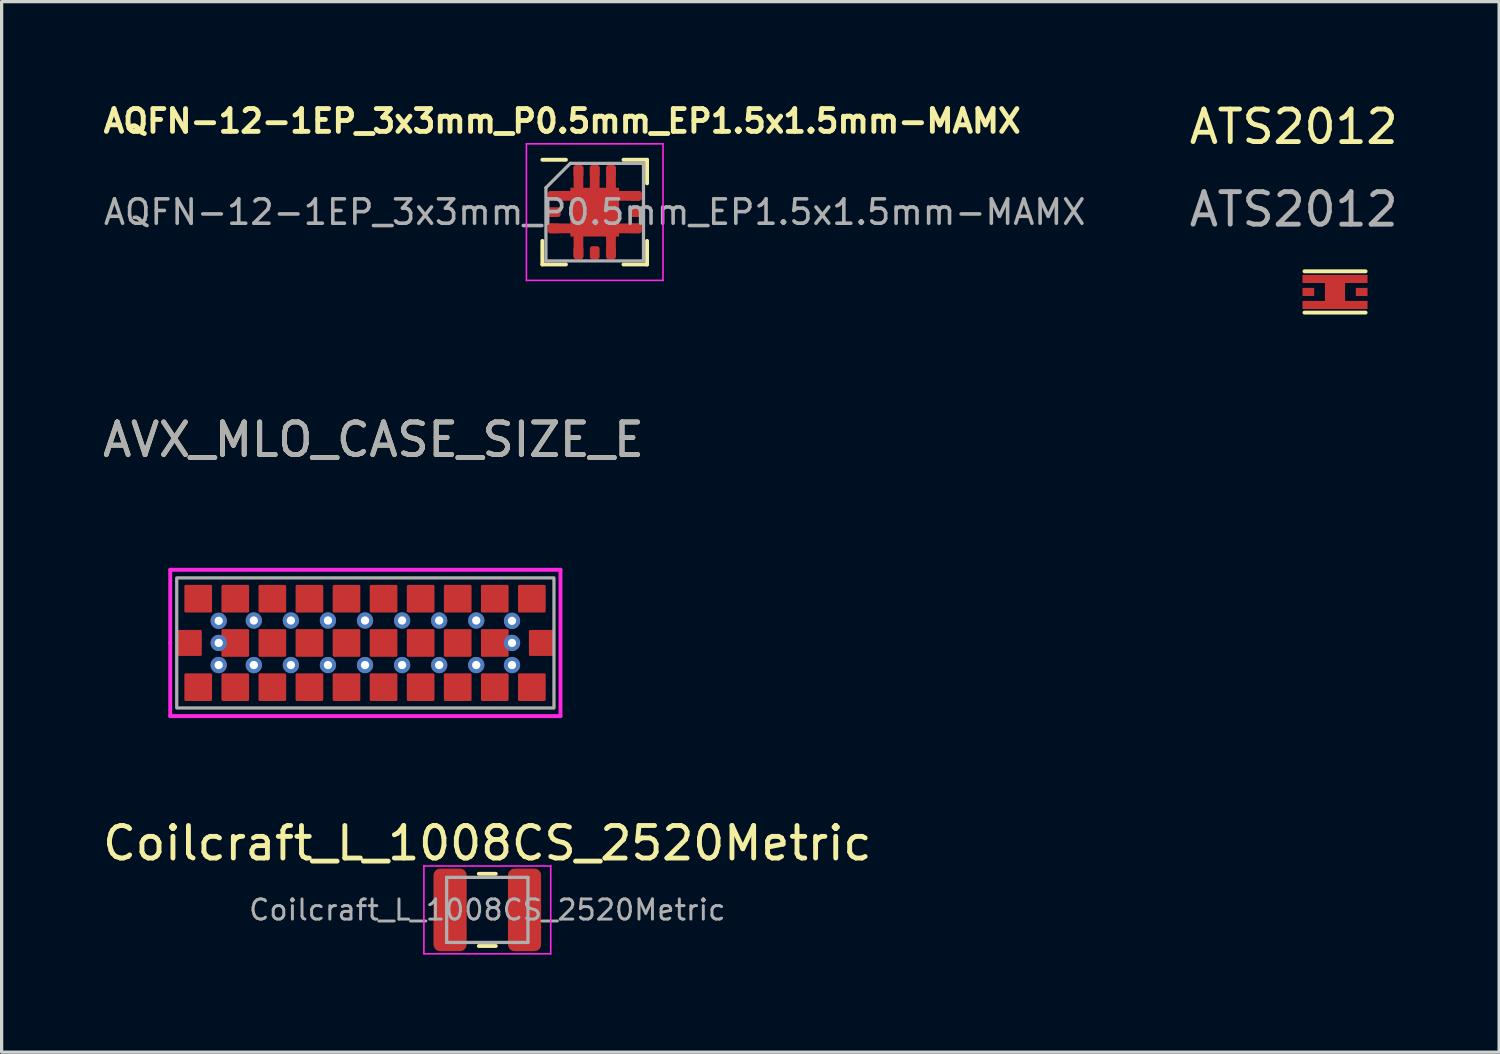
<source format=kicad_pcb>
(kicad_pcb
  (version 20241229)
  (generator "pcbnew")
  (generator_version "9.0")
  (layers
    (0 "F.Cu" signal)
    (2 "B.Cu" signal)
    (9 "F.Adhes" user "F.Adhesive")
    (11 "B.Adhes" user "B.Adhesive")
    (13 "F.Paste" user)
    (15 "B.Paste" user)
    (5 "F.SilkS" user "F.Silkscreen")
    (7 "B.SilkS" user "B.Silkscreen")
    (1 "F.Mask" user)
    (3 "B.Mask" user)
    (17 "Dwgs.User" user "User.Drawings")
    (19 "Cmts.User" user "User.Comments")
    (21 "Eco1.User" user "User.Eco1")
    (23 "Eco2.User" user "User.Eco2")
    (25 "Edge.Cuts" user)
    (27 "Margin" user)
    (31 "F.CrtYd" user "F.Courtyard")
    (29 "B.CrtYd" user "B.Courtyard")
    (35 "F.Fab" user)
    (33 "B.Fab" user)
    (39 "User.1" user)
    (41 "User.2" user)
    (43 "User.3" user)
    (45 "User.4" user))
  (footprint "AVX_MLO_CASE_SIZE_E"
    (layer "F.Cu")
    (at 8.185 16.721)
    (property "Reference" "AVX_MLO_CASE_SIZE_E" (at 0.25 -6.25 0) (unlocked yes) (layer "F.SilkS") (effects (font (size 1 1) (thickness 0.15))))
    (attr smd)
    (fp_line (start -6 -2.25) (end 6 -2.25) (stroke (width 0.12) (type solid)) (layer "F.CrtYd"))
    (fp_line (start -6 0) (end -6 -2.25) (stroke (width 0.12) (type solid)) (layer "F.CrtYd"))
    (fp_line (start -6 2.25) (end -6 0) (stroke (width 0.12) (type solid)) (layer "F.CrtYd"))
    (fp_line (start 6 -2.25) (end 6 2.25) (stroke (width 0.12) (type solid)) (layer "F.CrtYd"))
    (fp_line (start 6 2.25) (end -6 2.25) (stroke (width 0.12) (type solid)) (layer "F.CrtYd"))
    (fp_rect (start -5.8 -2) (end 5.8 2) (stroke (width 0.1) (type solid)) (fill no) (layer "F.Fab"))
    (fp_text user "${REFERENCE}" (at 0.25 -6.25 0) (unlocked yes) (layer "F.Fab") (effects (font (size 1 1) (thickness 0.15))))
    (pad "1" smd roundrect (at -5.429 0) (size 0.8 0.8) (layers "F.Cu" "F.Mask" "F.Paste") (roundrect_rratio 0.05))
    (pad "2" smd roundrect (at 5.429 0) (size 0.8 0.8) (layers "F.Cu" "F.Mask" "F.Paste") (roundrect_rratio 0.05))
    (pad "3" smd roundrect (at -5.14 -1.36) (size 0.851 0.851) (layers "F.Cu" "F.Mask" "F.Paste") (roundrect_rratio 0.05))
    (pad "3" smd roundrect (at -5.14 1.36) (size 0.851 0.851) (layers "F.Cu" "F.Mask" "F.Paste") (roundrect_rratio 0.05))
    (pad "3" thru_hole circle (at -4.51 -0.68) (size 0.5 0.5) (drill 0.254) (layers "*.Cu"))
    (pad "3" thru_hole circle (at -4.51 0) (size 0.5 0.5) (drill 0.254) (layers "*.Cu"))
    (pad "3" thru_hole circle (at -4.51 0.68) (size 0.5 0.5) (drill 0.254) (layers "*.Cu"))
    (pad "3" smd roundrect (at -4 -1.36) (size 0.851 0.851) (layers "F.Cu" "F.Mask" "F.Paste") (roundrect_rratio 0.05))
    (pad "3" smd roundrect (at -4 0) (size 0.851 0.851) (layers "F.Cu" "F.Mask" "F.Paste") (roundrect_rratio 0.05))
    (pad "3" smd roundrect (at -4 1.36) (size 0.851 0.851) (layers "F.Cu" "F.Mask" "F.Paste") (roundrect_rratio 0.05))
    (pad "3" thru_hole circle (at -3.43 -0.69) (size 0.5 0.5) (drill 0.254) (layers "*.Cu"))
    (pad "3" thru_hole circle (at -3.43 0.68) (size 0.5 0.5) (drill 0.254) (layers "*.Cu"))
    (pad "3" smd roundrect (at -2.86 -1.36) (size 0.851 0.851) (layers "F.Cu" "F.Mask" "F.Paste") (roundrect_rratio 0.05))
    (pad "3" smd roundrect (at -2.86 0) (size 0.851 0.851) (layers "F.Cu" "F.Mask" "F.Paste") (roundrect_rratio 0.05))
    (pad "3" smd roundrect (at -2.86 1.36) (size 0.851 0.851) (layers "F.Cu" "F.Mask" "F.Paste") (roundrect_rratio 0.05))
    (pad "3" thru_hole circle (at -2.29 -0.69) (size 0.5 0.5) (drill 0.254) (layers "*.Cu"))
    (pad "3" thru_hole circle (at -2.29 0.68) (size 0.5 0.5) (drill 0.254) (layers "*.Cu"))
    (pad "3" smd roundrect (at -1.72 -1.36) (size 0.851 0.851) (layers "F.Cu" "F.Mask" "F.Paste") (roundrect_rratio 0.05))
    (pad "3" smd roundrect (at -1.72 0) (size 0.851 0.851) (layers "F.Cu" "F.Mask" "F.Paste") (roundrect_rratio 0.05))
    (pad "3" smd roundrect (at -1.72 1.36) (size 0.851 0.851) (layers "F.Cu" "F.Mask" "F.Paste") (roundrect_rratio 0.05))
    (pad "3" thru_hole circle (at -1.15 -0.69) (size 0.5 0.5) (drill 0.254) (layers "*.Cu"))
    (pad "3" thru_hole circle (at -1.15 0.68) (size 0.5 0.5) (drill 0.254) (layers "*.Cu"))
    (pad "3" smd roundrect (at -0.58 -1.36) (size 0.851 0.851) (layers "F.Cu" "F.Mask" "F.Paste") (roundrect_rratio 0.05))
    (pad "3" smd roundrect (at -0.58 0) (size 0.851 0.851) (layers "F.Cu" "F.Mask" "F.Paste") (roundrect_rratio 0.05))
    (pad "3" smd roundrect (at -0.58 1.36) (size 0.851 0.851) (layers "F.Cu" "F.Mask" "F.Paste") (roundrect_rratio 0.05))
    (pad "3" thru_hole circle (at -0.01 -0.69) (size 0.5 0.5) (drill 0.254) (layers "*.Cu"))
    (pad "3" thru_hole circle (at -0.01 0.68) (size 0.5 0.5) (drill 0.254) (layers "*.Cu"))
    (pad "3" smd roundrect (at 0.56 -1.36) (size 0.851 0.851) (layers "F.Cu" "F.Mask" "F.Paste") (roundrect_rratio 0.05))
    (pad "3" smd roundrect (at 0.56 0) (size 0.851 0.851) (layers "F.Cu" "F.Mask" "F.Paste") (roundrect_rratio 0.05))
    (pad "3" smd roundrect (at 0.56 1.36) (size 0.851 0.851) (layers "F.Cu" "F.Mask" "F.Paste") (roundrect_rratio 0.05))
    (pad "3" thru_hole circle (at 1.13 -0.69) (size 0.5 0.5) (drill 0.254) (layers "*.Cu"))
    (pad "3" thru_hole circle (at 1.13 0.68) (size 0.5 0.5) (drill 0.254) (layers "*.Cu"))
    (pad "3" smd roundrect (at 1.7 -1.36) (size 0.851 0.851) (layers "F.Cu" "F.Mask" "F.Paste") (roundrect_rratio 0.05))
    (pad "3" smd roundrect (at 1.7 0) (size 0.851 0.851) (layers "F.Cu" "F.Mask" "F.Paste") (roundrect_rratio 0.05))
    (pad "3" smd roundrect (at 1.7 1.36) (size 0.851 0.851) (layers "F.Cu" "F.Mask" "F.Paste") (roundrect_rratio 0.05))
    (pad "3" thru_hole circle (at 2.27 -0.69) (size 0.5 0.5) (drill 0.254) (layers "*.Cu"))
    (pad "3" thru_hole circle (at 2.27 0.68) (size 0.5 0.5) (drill 0.254) (layers "*.Cu"))
    (pad "3" smd roundrect (at 2.84 -1.36) (size 0.851 0.851) (layers "F.Cu" "F.Mask" "F.Paste") (roundrect_rratio 0.05))
    (pad "3" smd roundrect (at 2.84 0) (size 0.851 0.851) (layers "F.Cu" "F.Mask" "F.Paste") (roundrect_rratio 0.05))
    (pad "3" smd roundrect (at 2.84 1.36) (size 0.851 0.851) (layers "F.Cu" "F.Mask" "F.Paste") (roundrect_rratio 0.05))
    (pad "3" thru_hole circle (at 3.41 -0.69) (size 0.5 0.5) (drill 0.254) (layers "*.Cu"))
    (pad "3" thru_hole circle (at 3.41 0.68) (size 0.5 0.5) (drill 0.254) (layers "*.Cu"))
    (pad "3" smd roundrect (at 3.98 -1.36) (size 0.851 0.851) (layers "F.Cu" "F.Mask" "F.Paste") (roundrect_rratio 0.05))
    (pad "3" smd roundrect (at 3.98 0) (size 0.851 0.851) (layers "F.Cu" "F.Mask" "F.Paste") (roundrect_rratio 0.05))
    (pad "3" smd roundrect (at 3.98 1.36) (size 0.851 0.851) (layers "F.Cu" "F.Mask" "F.Paste") (roundrect_rratio 0.05))
    (pad "3" thru_hole circle (at 4.51 -0.68) (size 0.5 0.5) (drill 0.254) (layers "*.Cu"))
    (pad "3" thru_hole circle (at 4.51 0) (size 0.5 0.5) (drill 0.254) (layers "*.Cu"))
    (pad "3" thru_hole circle (at 4.51 0.68) (size 0.5 0.5) (drill 0.254) (layers "*.Cu"))
    (pad "3" smd roundrect (at 5.12 -1.36) (size 0.851 0.851) (layers "F.Cu" "F.Mask" "F.Paste") (roundrect_rratio 0.05))
    (pad "3" smd roundrect (at 5.12 1.36) (size 0.851 0.851) (layers "F.Cu" "F.Mask" "F.Paste") (roundrect_rratio 0.05))
    (zone (net_name "") (layer "F.Cu") (hatch edge 0.508) (connect_pads) (min_thickness 0.254) (filled_areas_thickness no) (keepout (tracks allowed) (vias allowed) (pads allowed) (copperpour not_allowed) (footprints allowed)) (placement (enabled no)) (fill) (polygon (pts (xy 3.425 17.392) (xy 2.175 17.392) (xy 2.175 16.052) (xy 3.425 16.052))))
    (zone (net_name "") (layer "F.Cu") (hatch edge 0.508) (connect_pads) (min_thickness 0.254) (filled_areas_thickness no) (keepout (tracks allowed) (vias allowed) (pads allowed) (copperpour not_allowed) (footprints allowed)) (placement (enabled no)) (fill) (polygon (pts (xy 14.185 17.392) (xy 12.945 17.392) (xy 12.945 16.052) (xy 14.185 16.052)))))
  (footprint "Coilcraft_L_1008CS_2520Metric"
    (layer "F.Cu")
    (at 11.935 24.93)
    (property "Reference" "Coilcraft_L_1008CS_2520Metric" (at 0 -2.05 0) (layer "F.SilkS") (effects (font (size 1 1) (thickness 0.15))))
    (attr smd)
    (fp_line (start -0.261 -1.11) (end 0.261 -1.11) (stroke (width 0.12) (type solid)) (layer "F.SilkS"))
    (fp_line (start -0.261 1.11) (end 0.261 1.11) (stroke (width 0.12) (type solid)) (layer "F.SilkS"))
    (fp_line (start -1.95 -1.35) (end 1.95 -1.35) (stroke (width 0.05) (type solid)) (layer "F.CrtYd"))
    (fp_line (start -1.95 1.35) (end -1.95 -1.35) (stroke (width 0.05) (type solid)) (layer "F.CrtYd"))
    (fp_line (start 1.95 -1.35) (end 1.95 1.35) (stroke (width 0.05) (type solid)) (layer "F.CrtYd"))
    (fp_line (start 1.95 1.35) (end -1.95 1.35) (stroke (width 0.05) (type solid)) (layer "F.CrtYd"))
    (fp_line (start -1.25 -1) (end 1.25 -1) (stroke (width 0.1) (type solid)) (layer "F.Fab"))
    (fp_line (start -1.25 1) (end -1.25 -1) (stroke (width 0.1) (type solid)) (layer "F.Fab"))
    (fp_line (start 1.25 -1) (end 1.25 1) (stroke (width 0.1) (type solid)) (layer "F.Fab"))
    (fp_line (start 1.25 1) (end -1.25 1) (stroke (width 0.1) (type solid)) (layer "F.Fab"))
    (fp_text user "${REFERENCE}" (at 0 0 0) (layer "F.Fab") (effects (font (size 0.62 0.62) (thickness 0.09))))
    (pad "1" smd roundrect (at -1.145 0) (size 1.02 2.54) (layers "F.Cu" "F.Mask" "F.Paste") (roundrect_rratio 0.2))
    (pad "2" smd roundrect (at 1.145 0) (size 1.02 2.54) (layers "F.Cu" "F.Mask" "F.Paste") (roundrect_rratio 0.2)))
  (footprint "AQFN-12-1EP_3x3mm_P0.5mm_EP1.5x1.5mm-MAMX"
    (layer "F.Cu")
    (at 15.238 3.473)
    (property "Reference" "AQFN-12-1EP_3x3mm_P0.5mm_EP1.5x1.5mm-MAMX" (at -1 -2.8 0) (layer "F.SilkS") (effects (font (size 0.7 0.7) (thickness 0.15))))
    (attr smd)
    (fp_line (start -1.61 1.61) (end -1.61 0.885) (stroke (width 0.12) (type solid)) (layer "F.SilkS"))
    (fp_line (start -0.885 -1.61) (end -1.61 -1.61) (stroke (width 0.12) (type solid)) (layer "F.SilkS"))
    (fp_line (start -0.885 1.61) (end -1.61 1.61) (stroke (width 0.12) (type solid)) (layer "F.SilkS"))
    (fp_line (start 0.885 -1.61) (end 1.61 -1.61) (stroke (width 0.12) (type solid)) (layer "F.SilkS"))
    (fp_line (start 0.885 1.61) (end 1.61 1.61) (stroke (width 0.12) (type solid)) (layer "F.SilkS"))
    (fp_line (start 1.61 -1.61) (end 1.61 -0.885) (stroke (width 0.12) (type solid)) (layer "F.SilkS"))
    (fp_line (start 1.61 1.61) (end 1.61 0.885) (stroke (width 0.12) (type solid)) (layer "F.SilkS"))
    (fp_line (start -2.1 -2.1) (end -2.1 2.1) (stroke (width 0.05) (type solid)) (layer "F.CrtYd"))
    (fp_line (start -2.1 2.1) (end 2.1 2.1) (stroke (width 0.05) (type solid)) (layer "F.CrtYd"))
    (fp_line (start 2.1 -2.1) (end -2.1 -2.1) (stroke (width 0.05) (type solid)) (layer "F.CrtYd"))
    (fp_line (start 2.1 2.1) (end 2.1 -2.1) (stroke (width 0.05) (type solid)) (layer "F.CrtYd"))
    (fp_line (start -1.5 -0.75) (end -0.75 -1.5) (stroke (width 0.1) (type solid)) (layer "F.Fab"))
    (fp_line (start -1.5 1.5) (end -1.5 -0.75) (stroke (width 0.1) (type solid)) (layer "F.Fab"))
    (fp_line (start -0.75 -1.5) (end 1.5 -1.5) (stroke (width 0.1) (type solid)) (layer "F.Fab"))
    (fp_line (start 1.5 -1.5) (end 1.5 1.5) (stroke (width 0.1) (type solid)) (layer "F.Fab"))
    (fp_line (start 1.5 1.5) (end -1.5 1.5) (stroke (width 0.1) (type solid)) (layer "F.Fab"))
    (fp_text user "${REFERENCE}" (at 0 0 0) (layer "F.Fab") (effects (font (size 0.75 0.75) (thickness 0.11))))
    (pad "" smd roundrect (at -0.4 -0.4) (size 0.64 0.64) (layers "F.Paste") (roundrect_rratio 0.25))
    (pad "" smd roundrect (at -0.4 0.4) (size 0.64 0.64) (layers "F.Paste") (roundrect_rratio 0.25))
    (pad "" smd roundrect (at 0.4 -0.4) (size 0.64 0.64) (layers "F.Paste") (roundrect_rratio 0.25))
    (pad "" smd roundrect (at 0.4 0.4) (size 0.64 0.64) (layers "F.Paste") (roundrect_rratio 0.25))
    (pad "1" smd roundrect (at -1.248 -0.5) (size 0.4 0.3) (layers "F.Cu" "F.Mask" "F.Paste") (roundrect_rratio 0.25))
    (pad "2" smd roundrect (at -1.248 0) (size 0.4 0.3) (layers "F.Cu" "F.Mask" "F.Paste") (roundrect_rratio 0.25))
    (pad "3" smd roundrect (at -1.248 0.5) (size 0.4 0.3) (layers "F.Cu" "F.Mask" "F.Paste") (roundrect_rratio 0.25))
    (pad "4" smd roundrect (at -0.5 1.248 90) (size 0.4 0.3) (layers "F.Cu" "F.Mask" "F.Paste") (roundrect_rratio 0.25))
    (pad "5" smd roundrect (at 0 1.248 90) (size 0.4 0.3) (layers "F.Cu" "F.Mask" "F.Paste") (roundrect_rratio 0.25))
    (pad "6" smd roundrect (at 0.5 1.248 90) (size 0.4 0.3) (layers "F.Cu" "F.Mask" "F.Paste") (roundrect_rratio 0.25))
    (pad "7" smd roundrect (at 1.248 0.5) (size 0.4 0.3) (layers "F.Cu" "F.Mask" "F.Paste") (roundrect_rratio 0.25))
    (pad "8" smd roundrect (at 1.248 0) (size 0.4 0.3) (layers "F.Cu" "F.Mask" "F.Paste") (roundrect_rratio 0.25))
    (pad "9" smd roundrect (at 1.248 -0.5) (size 0.4 0.3) (layers "F.Cu" "F.Mask" "F.Paste") (roundrect_rratio 0.25))
    (pad "10" smd roundrect (at 0.5 -1.248 90) (size 0.4 0.3) (layers "F.Cu" "F.Mask" "F.Paste") (roundrect_rratio 0.25))
    (pad "11" smd roundrect (at 0 -1.248 90) (size 0.4 0.3) (layers "F.Cu" "F.Mask" "F.Paste") (roundrect_rratio 0.25))
    (pad "12" smd roundrect (at -0.5 -1.248 90) (size 0.4 0.3) (layers "F.Cu" "F.Mask" "F.Paste") (roundrect_rratio 0.25))
    (pad "13" smd rect (at -0.83 0.5) (size 1.093 0.3) (layers "F.Cu" "F.Mask"))
    (pad "13" smd rect (at -0.7 -0.5) (size 1.093 0.3) (layers "F.Cu" "F.Mask"))
    (pad "13" smd rect (at -0.5 0.83 90) (size 1.093 0.3) (layers "F.Cu" "F.Mask"))
    (pad "13" smd rect (at -0.5 -0.836 270) (size 1.093 0.3) (layers "F.Cu" "F.Mask"))
    (pad "13" smd rect (at 0 0) (size 1.5 1.5) (layers "F.Cu" "F.Mask"))
    (pad "13" smd rect (at 0.000001 -0.846 270) (size 1.093 0.3) (layers "F.Cu" "F.Mask"))
    (pad "13" smd rect (at 0.5 -0.836 270) (size 1.093 0.3) (layers "F.Cu" "F.Mask"))
    (pad "13" smd rect (at 0.5 0.83 90) (size 1.093 0.3) (layers "F.Cu" "F.Mask"))
    (pad "13" smd rect (at 0.826 -0.5 180) (size 1.093 0.3) (layers "F.Cu" "F.Mask"))
    (pad "13" smd rect (at 0.83 0.5 180) (size 1.093 0.3) (layers "F.Cu" "F.Mask"))
    (zone (net_name "") (layer "F.Cu") (hatch edge 0.508) (connect_pads) (min_thickness 0.254) (filled_areas_thickness no) (keepout (tracks allowed) (vias allowed) (pads allowed) (copperpour not_allowed) (footprints allowed)) (placement (enabled no)) (fill) (polygon (pts (xy 15.088 2.723) (xy 14.888 2.723) (xy 14.888 2.073) (xy 15.088 2.073))))
    (zone (net_name "") (layer "F.Cu") (hatch edge 0.508) (connect_pads) (min_thickness 0.254) (filled_areas_thickness no) (keepout (tracks allowed) (vias allowed) (pads allowed) (copperpour not_allowed) (footprints allowed)) (placement (enabled no)) (fill) (polygon (pts (xy 15.588 2.723) (xy 15.388 2.723) (xy 15.388 2.073) (xy 15.588 2.073))))
    (zone (net_name "") (layer "F.Cu") (hatch edge 0.508) (connect_pads) (min_thickness 0.254) (filled_areas_thickness no) (keepout (tracks allowed) (vias allowed) (pads allowed) (copperpour not_allowed) (footprints allowed)) (placement (enabled no)) (fill) (polygon (pts (xy 14.438 4.273) (xy 14.588 4.273) (xy 14.588 4.873) (xy 13.838 4.873) (xy 13.838 4.123) (xy 14.438 4.123))))
    (zone (net_name "") (layer "F.Cu") (hatch edge 0.508) (connect_pads) (min_thickness 0.254) (filled_areas_thickness no) (keepout (tracks allowed) (vias allowed) (pads allowed) (copperpour not_allowed) (footprints allowed)) (placement (enabled no)) (fill) (polygon (pts (xy 14.588 2.673) (xy 14.438 2.673) (xy 14.438 2.823) (xy 13.838 2.823) (xy 13.838 2.073) (xy 14.588 2.073))))
    (zone (net_name "") (layer "F.Cu") (hatch edge 0.508) (connect_pads) (min_thickness 0.254) (filled_areas_thickness no) (keepout (tracks allowed) (vias allowed) (pads allowed) (copperpour not_allowed) (footprints allowed)) (placement (enabled no)) (fill) (polygon (pts (xy 16.638 2.823) (xy 16.038 2.823) (xy 16.038 2.673) (xy 15.888 2.673) (xy 15.888 2.073) (xy 16.638 2.073))))
    (zone (net_name "") (layer "F.Cu") (hatch edge 0.508) (connect_pads) (min_thickness 0.254) (filled_areas_thickness no) (keepout (tracks allowed) (vias allowed) (pads allowed) (copperpour not_allowed) (footprints allowed)) (placement (enabled no)) (fill) (polygon (pts (xy 16.638 4.873) (xy 15.888 4.873) (xy 15.888 4.273) (xy 16.038 4.273) (xy 16.038 4.123) (xy 16.638 4.123))))
    (zone (net_name "") (layer "F.Cu") (hatch edge 0.508) (connect_pads) (min_thickness 0.254) (filled_areas_thickness no) (keepout (tracks allowed) (vias allowed) (pads allowed) (copperpour not_allowed) (footprints allowed)) (placement (enabled no)) (fill) (polygon (pts (xy 14.488 3.823) (xy 13.888 3.823) (xy 13.888 3.623) (xy 14.188 3.623) (xy 14.188 3.323) (xy 13.888 3.323) (xy 13.888 3.123) (xy 14.488 3.123))))
    (zone (net_name "") (layer "F.Cu") (hatch edge 0.508) (connect_pads) (min_thickness 0.254) (filled_areas_thickness no) (keepout (tracks allowed) (vias allowed) (pads allowed) (copperpour not_allowed) (footprints allowed)) (placement (enabled no)) (fill) (polygon (pts (xy 15.588 4.923) (xy 15.388 4.923) (xy 15.388 4.523) (xy 15.088 4.523) (xy 15.088 4.923) (xy 14.888 4.923) (xy 14.888 4.223) (xy 15.588 4.223))))
    (zone (net_name "") (layer "F.Cu") (hatch edge 0.508) (connect_pads) (min_thickness 0.254) (filled_areas_thickness no) (keepout (tracks allowed) (vias allowed) (pads allowed) (copperpour not_allowed) (footprints allowed)) (placement (enabled no)) (fill) (polygon (pts (xy 16.688 3.323) (xy 16.288 3.323) (xy 16.288 3.623) (xy 16.688 3.623) (xy 16.688 3.823) (xy 15.988 3.823) (xy 15.988 3.123) (xy 16.688 3.123)))))
  (footprint "ATS2012"
    (layer "F.Cu")
    (at 38.003 5.928)
    (property "Reference" "ATS2012" (at -1.27 -5.08 0) (unlocked yes) (layer "F.SilkS") (effects (font (size 1 1) (thickness 0.15))))
    (fp_line (start -0.94 -0.635) (end 0.94 -0.635) (stroke (width 0.12) (type solid)) (layer "F.SilkS"))
    (fp_line (start -0.94 0.635) (end 0.94 0.635) (stroke (width 0.12) (type solid)) (layer "F.SilkS"))
    (fp_text user "${REFERENCE}" (at -1.27 -2.54 0) (unlocked yes) (layer "F.Fab") (effects (font (size 1 1) (thickness 0.15))))
    (pad "1" smd rect (at -0.82 0) (size 0.36 0.25) (layers "F.Cu" "F.Mask" "F.Paste"))
    (pad "2" smd rect (at 0.82 0) (size 0.36 0.25) (layers "F.Cu" "F.Mask" "F.Paste"))
    (pad "3" smd rect (at 0 -0.4) (size 2 0.25) (layers "F.Cu" "F.Mask" "F.Paste"))
    (pad "3" smd rect (at 0 0) (size 0.62 1.02) (layers "F.Cu" "F.Mask" "F.Paste"))
    (pad "3" smd rect (at 0 0.4) (size 2 0.25) (layers "F.Cu" "F.Mask" "F.Paste")))
  (gr_rect
    (start -3 -3)
    (end 43.049 29.305)
    (stroke (width 0.1) (type default))
    (fill no)
    (layer "Edge.Cuts")))
</source>
